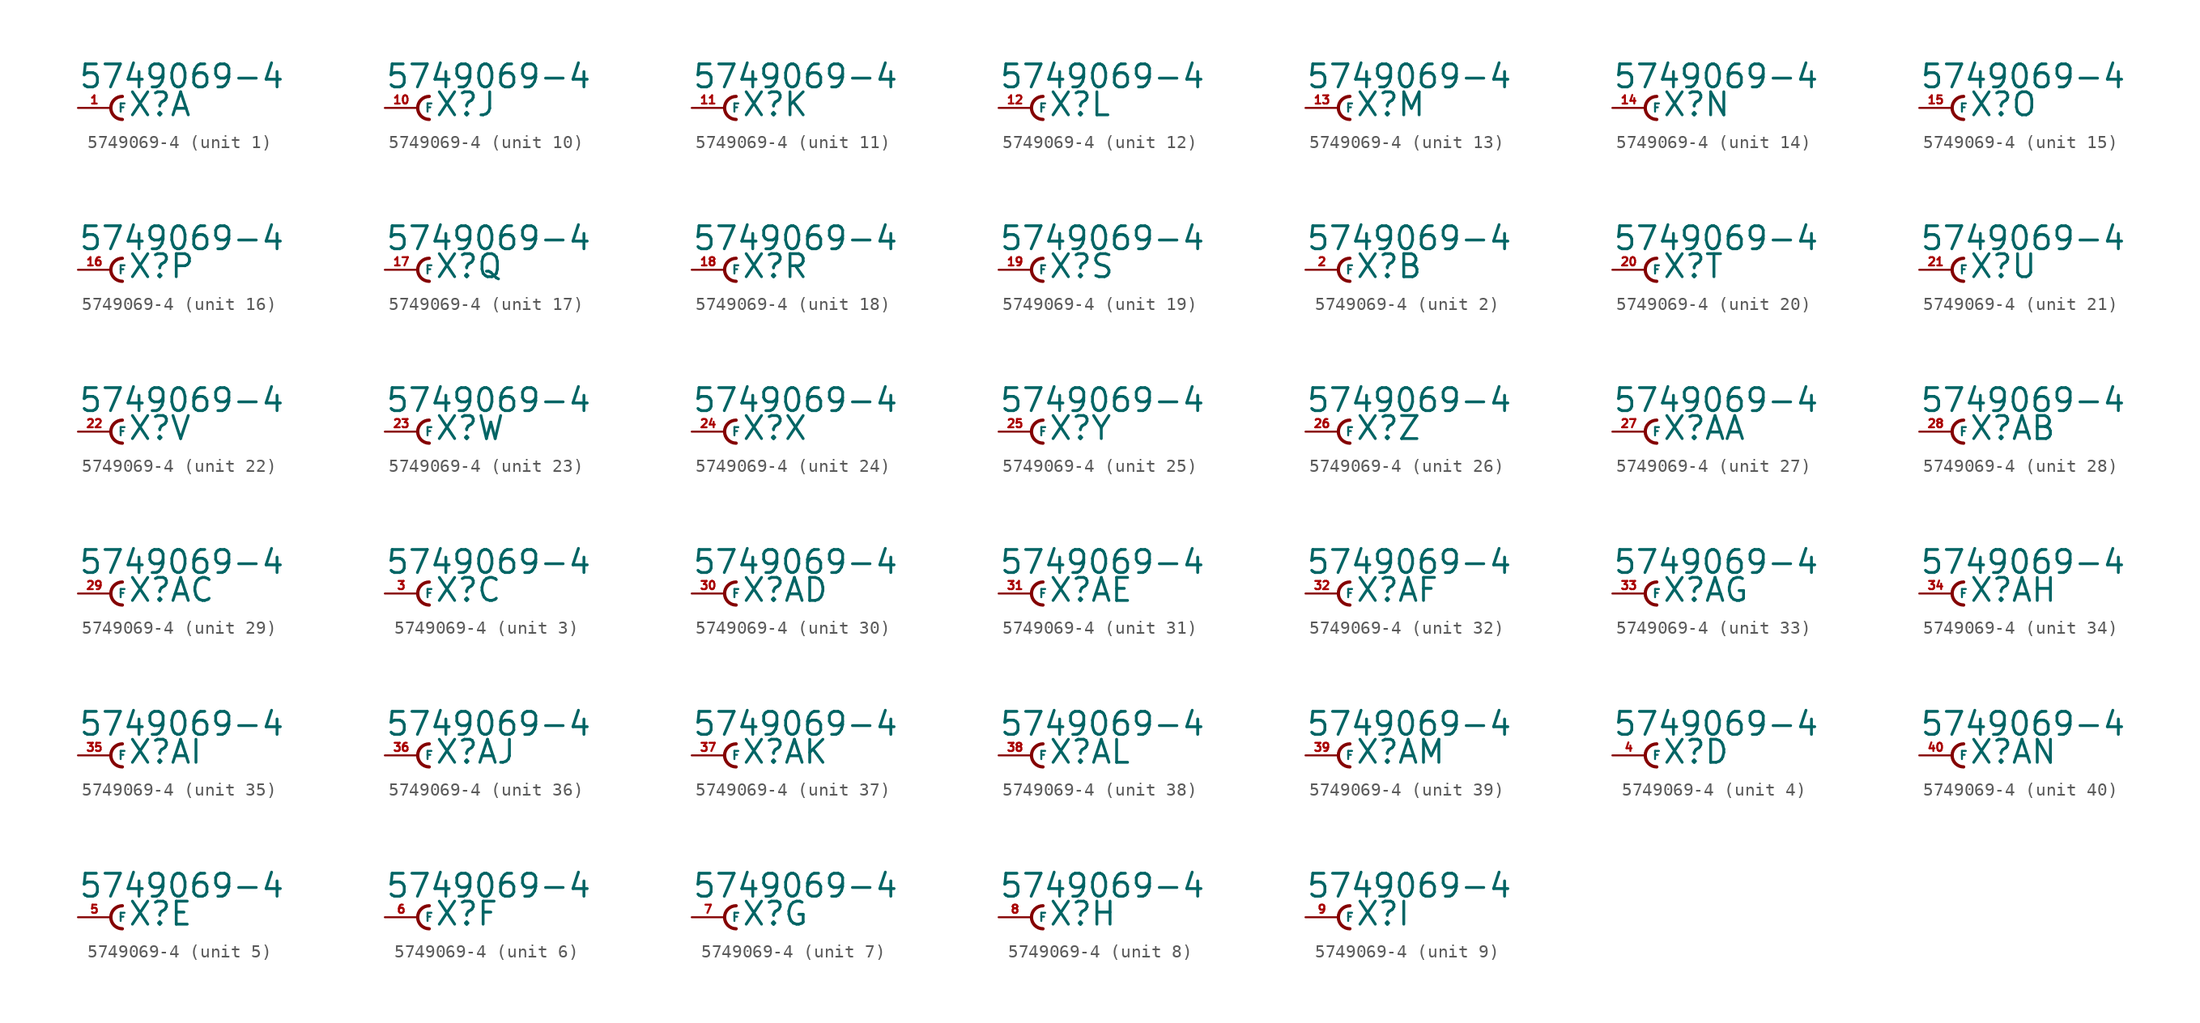
<source format=kicad_sym>
(kicad_symbol_lib
  (version 20220914)
  (generator Eagle2Kicad)
  (symbol "5749069-4"
    (property "Reference" "X"
      (at 1.27 -0.762 0)
      (effects (font (size 1.778 1.778) (thickness 0.22)) (justify left bottom)))
    (property "Value" "5749069-4"
      (at -2.54 1.397 0)
      (effects (font (size 1.778 1.778) (thickness 0.22)) (justify left bottom)))
    (symbol "5749069-4_1_0"
      (arc (start 0.889 0.889) (mid 0.000 0.000) (end 0.889 -0.889) (stroke (width 0.254) (type default)) (fill (type none)))
      (pin passive line (at -2.54 0 0) (length 2.54) (name "F" (effects (font (size 0.635 0.635) (thickness 0.08)) (justify left bottom))) (number "1" (effects (font (size 0.635 0.635) (thickness 0.08)) (justify left bottom)))))
    (symbol "5749069-4_2_0"
      (arc (start 0.889 0.889) (mid 0.000 0.000) (end 0.889 -0.889) (stroke (width 0.254) (type default)) (fill (type none)))
      (pin passive line (at -2.54 0 0) (length 2.54) (name "F" (effects (font (size 0.635 0.635) (thickness 0.08)) (justify left bottom))) (number "2" (effects (font (size 0.635 0.635) (thickness 0.08)) (justify left bottom)))))
    (symbol "5749069-4_3_0"
      (arc (start 0.889 0.889) (mid 0.000 0.000) (end 0.889 -0.889) (stroke (width 0.254) (type default)) (fill (type none)))
      (pin passive line (at -2.54 0 0) (length 2.54) (name "F" (effects (font (size 0.635 0.635) (thickness 0.08)) (justify left bottom))) (number "3" (effects (font (size 0.635 0.635) (thickness 0.08)) (justify left bottom)))))
    (symbol "5749069-4_4_0"
      (arc (start 0.889 0.889) (mid 0.000 0.000) (end 0.889 -0.889) (stroke (width 0.254) (type default)) (fill (type none)))
      (pin passive line (at -2.54 0 0) (length 2.54) (name "F" (effects (font (size 0.635 0.635) (thickness 0.08)) (justify left bottom))) (number "4" (effects (font (size 0.635 0.635) (thickness 0.08)) (justify left bottom)))))
    (symbol "5749069-4_5_0"
      (arc (start 0.889 0.889) (mid 0.000 0.000) (end 0.889 -0.889) (stroke (width 0.254) (type default)) (fill (type none)))
      (pin passive line (at -2.54 0 0) (length 2.54) (name "F" (effects (font (size 0.635 0.635) (thickness 0.08)) (justify left bottom))) (number "5" (effects (font (size 0.635 0.635) (thickness 0.08)) (justify left bottom)))))
    (symbol "5749069-4_6_0"
      (arc (start 0.889 0.889) (mid 0.000 0.000) (end 0.889 -0.889) (stroke (width 0.254) (type default)) (fill (type none)))
      (pin passive line (at -2.54 0 0) (length 2.54) (name "F" (effects (font (size 0.635 0.635) (thickness 0.08)) (justify left bottom))) (number "6" (effects (font (size 0.635 0.635) (thickness 0.08)) (justify left bottom)))))
    (symbol "5749069-4_7_0"
      (arc (start 0.889 0.889) (mid 0.000 0.000) (end 0.889 -0.889) (stroke (width 0.254) (type default)) (fill (type none)))
      (pin passive line (at -2.54 0 0) (length 2.54) (name "F" (effects (font (size 0.635 0.635) (thickness 0.08)) (justify left bottom))) (number "7" (effects (font (size 0.635 0.635) (thickness 0.08)) (justify left bottom)))))
    (symbol "5749069-4_8_0"
      (arc (start 0.889 0.889) (mid 0.000 0.000) (end 0.889 -0.889) (stroke (width 0.254) (type default)) (fill (type none)))
      (pin passive line (at -2.54 0 0) (length 2.54) (name "F" (effects (font (size 0.635 0.635) (thickness 0.08)) (justify left bottom))) (number "8" (effects (font (size 0.635 0.635) (thickness 0.08)) (justify left bottom)))))
    (symbol "5749069-4_9_0"
      (arc (start 0.889 0.889) (mid 0.000 0.000) (end 0.889 -0.889) (stroke (width 0.254) (type default)) (fill (type none)))
      (pin passive line (at -2.54 0 0) (length 2.54) (name "F" (effects (font (size 0.635 0.635) (thickness 0.08)) (justify left bottom))) (number "9" (effects (font (size 0.635 0.635) (thickness 0.08)) (justify left bottom)))))
    (symbol "5749069-4_10_0"
      (arc (start 0.889 0.889) (mid 0.000 0.000) (end 0.889 -0.889) (stroke (width 0.254) (type default)) (fill (type none)))
      (pin passive line (at -2.54 0 0) (length 2.54) (name "F" (effects (font (size 0.635 0.635) (thickness 0.08)) (justify left bottom))) (number "10" (effects (font (size 0.635 0.635) (thickness 0.08)) (justify left bottom)))))
    (symbol "5749069-4_11_0"
      (arc (start 0.889 0.889) (mid 0.000 0.000) (end 0.889 -0.889) (stroke (width 0.254) (type default)) (fill (type none)))
      (pin passive line (at -2.54 0 0) (length 2.54) (name "F" (effects (font (size 0.635 0.635) (thickness 0.08)) (justify left bottom))) (number "11" (effects (font (size 0.635 0.635) (thickness 0.08)) (justify left bottom)))))
    (symbol "5749069-4_12_0"
      (arc (start 0.889 0.889) (mid 0.000 0.000) (end 0.889 -0.889) (stroke (width 0.254) (type default)) (fill (type none)))
      (pin passive line (at -2.54 0 0) (length 2.54) (name "F" (effects (font (size 0.635 0.635) (thickness 0.08)) (justify left bottom))) (number "12" (effects (font (size 0.635 0.635) (thickness 0.08)) (justify left bottom)))))
    (symbol "5749069-4_13_0"
      (arc (start 0.889 0.889) (mid 0.000 0.000) (end 0.889 -0.889) (stroke (width 0.254) (type default)) (fill (type none)))
      (pin passive line (at -2.54 0 0) (length 2.54) (name "F" (effects (font (size 0.635 0.635) (thickness 0.08)) (justify left bottom))) (number "13" (effects (font (size 0.635 0.635) (thickness 0.08)) (justify left bottom)))))
    (symbol "5749069-4_14_0"
      (arc (start 0.889 0.889) (mid 0.000 0.000) (end 0.889 -0.889) (stroke (width 0.254) (type default)) (fill (type none)))
      (pin passive line (at -2.54 0 0) (length 2.54) (name "F" (effects (font (size 0.635 0.635) (thickness 0.08)) (justify left bottom))) (number "14" (effects (font (size 0.635 0.635) (thickness 0.08)) (justify left bottom)))))
    (symbol "5749069-4_15_0"
      (arc (start 0.889 0.889) (mid 0.000 0.000) (end 0.889 -0.889) (stroke (width 0.254) (type default)) (fill (type none)))
      (pin passive line (at -2.54 0 0) (length 2.54) (name "F" (effects (font (size 0.635 0.635) (thickness 0.08)) (justify left bottom))) (number "15" (effects (font (size 0.635 0.635) (thickness 0.08)) (justify left bottom)))))
    (symbol "5749069-4_16_0"
      (arc (start 0.889 0.889) (mid 0.000 0.000) (end 0.889 -0.889) (stroke (width 0.254) (type default)) (fill (type none)))
      (pin passive line (at -2.54 0 0) (length 2.54) (name "F" (effects (font (size 0.635 0.635) (thickness 0.08)) (justify left bottom))) (number "16" (effects (font (size 0.635 0.635) (thickness 0.08)) (justify left bottom)))))
    (symbol "5749069-4_17_0"
      (arc (start 0.889 0.889) (mid 0.000 0.000) (end 0.889 -0.889) (stroke (width 0.254) (type default)) (fill (type none)))
      (pin passive line (at -2.54 0 0) (length 2.54) (name "F" (effects (font (size 0.635 0.635) (thickness 0.08)) (justify left bottom))) (number "17" (effects (font (size 0.635 0.635) (thickness 0.08)) (justify left bottom)))))
    (symbol "5749069-4_18_0"
      (arc (start 0.889 0.889) (mid 0.000 0.000) (end 0.889 -0.889) (stroke (width 0.254) (type default)) (fill (type none)))
      (pin passive line (at -2.54 0 0) (length 2.54) (name "F" (effects (font (size 0.635 0.635) (thickness 0.08)) (justify left bottom))) (number "18" (effects (font (size 0.635 0.635) (thickness 0.08)) (justify left bottom)))))
    (symbol "5749069-4_19_0"
      (arc (start 0.889 0.889) (mid 0.000 0.000) (end 0.889 -0.889) (stroke (width 0.254) (type default)) (fill (type none)))
      (pin passive line (at -2.54 0 0) (length 2.54) (name "F" (effects (font (size 0.635 0.635) (thickness 0.08)) (justify left bottom))) (number "19" (effects (font (size 0.635 0.635) (thickness 0.08)) (justify left bottom)))))
    (symbol "5749069-4_20_0"
      (arc (start 0.889 0.889) (mid 0.000 0.000) (end 0.889 -0.889) (stroke (width 0.254) (type default)) (fill (type none)))
      (pin passive line (at -2.54 0 0) (length 2.54) (name "F" (effects (font (size 0.635 0.635) (thickness 0.08)) (justify left bottom))) (number "20" (effects (font (size 0.635 0.635) (thickness 0.08)) (justify left bottom)))))
    (symbol "5749069-4_21_0"
      (arc (start 0.889 0.889) (mid 0.000 0.000) (end 0.889 -0.889) (stroke (width 0.254) (type default)) (fill (type none)))
      (pin passive line (at -2.54 0 0) (length 2.54) (name "F" (effects (font (size 0.635 0.635) (thickness 0.08)) (justify left bottom))) (number "21" (effects (font (size 0.635 0.635) (thickness 0.08)) (justify left bottom)))))
    (symbol "5749069-4_22_0"
      (arc (start 0.889 0.889) (mid 0.000 0.000) (end 0.889 -0.889) (stroke (width 0.254) (type default)) (fill (type none)))
      (pin passive line (at -2.54 0 0) (length 2.54) (name "F" (effects (font (size 0.635 0.635) (thickness 0.08)) (justify left bottom))) (number "22" (effects (font (size 0.635 0.635) (thickness 0.08)) (justify left bottom)))))
    (symbol "5749069-4_23_0"
      (arc (start 0.889 0.889) (mid 0.000 0.000) (end 0.889 -0.889) (stroke (width 0.254) (type default)) (fill (type none)))
      (pin passive line (at -2.54 0 0) (length 2.54) (name "F" (effects (font (size 0.635 0.635) (thickness 0.08)) (justify left bottom))) (number "23" (effects (font (size 0.635 0.635) (thickness 0.08)) (justify left bottom)))))
    (symbol "5749069-4_24_0"
      (arc (start 0.889 0.889) (mid 0.000 0.000) (end 0.889 -0.889) (stroke (width 0.254) (type default)) (fill (type none)))
      (pin passive line (at -2.54 0 0) (length 2.54) (name "F" (effects (font (size 0.635 0.635) (thickness 0.08)) (justify left bottom))) (number "24" (effects (font (size 0.635 0.635) (thickness 0.08)) (justify left bottom)))))
    (symbol "5749069-4_25_0"
      (arc (start 0.889 0.889) (mid 0.000 0.000) (end 0.889 -0.889) (stroke (width 0.254) (type default)) (fill (type none)))
      (pin passive line (at -2.54 0 0) (length 2.54) (name "F" (effects (font (size 0.635 0.635) (thickness 0.08)) (justify left bottom))) (number "25" (effects (font (size 0.635 0.635) (thickness 0.08)) (justify left bottom)))))
    (symbol "5749069-4_26_0"
      (arc (start 0.889 0.889) (mid 0.000 0.000) (end 0.889 -0.889) (stroke (width 0.254) (type default)) (fill (type none)))
      (pin passive line (at -2.54 0 0) (length 2.54) (name "F" (effects (font (size 0.635 0.635) (thickness 0.08)) (justify left bottom))) (number "26" (effects (font (size 0.635 0.635) (thickness 0.08)) (justify left bottom)))))
    (symbol "5749069-4_27_0"
      (arc (start 0.889 0.889) (mid 0.000 0.000) (end 0.889 -0.889) (stroke (width 0.254) (type default)) (fill (type none)))
      (pin passive line (at -2.54 0 0) (length 2.54) (name "F" (effects (font (size 0.635 0.635) (thickness 0.08)) (justify left bottom))) (number "27" (effects (font (size 0.635 0.635) (thickness 0.08)) (justify left bottom)))))
    (symbol "5749069-4_28_0"
      (arc (start 0.889 0.889) (mid 0.000 0.000) (end 0.889 -0.889) (stroke (width 0.254) (type default)) (fill (type none)))
      (pin passive line (at -2.54 0 0) (length 2.54) (name "F" (effects (font (size 0.635 0.635) (thickness 0.08)) (justify left bottom))) (number "28" (effects (font (size 0.635 0.635) (thickness 0.08)) (justify left bottom)))))
    (symbol "5749069-4_29_0"
      (arc (start 0.889 0.889) (mid 0.000 0.000) (end 0.889 -0.889) (stroke (width 0.254) (type default)) (fill (type none)))
      (pin passive line (at -2.54 0 0) (length 2.54) (name "F" (effects (font (size 0.635 0.635) (thickness 0.08)) (justify left bottom))) (number "29" (effects (font (size 0.635 0.635) (thickness 0.08)) (justify left bottom)))))
    (symbol "5749069-4_30_0"
      (arc (start 0.889 0.889) (mid 0.000 0.000) (end 0.889 -0.889) (stroke (width 0.254) (type default)) (fill (type none)))
      (pin passive line (at -2.54 0 0) (length 2.54) (name "F" (effects (font (size 0.635 0.635) (thickness 0.08)) (justify left bottom))) (number "30" (effects (font (size 0.635 0.635) (thickness 0.08)) (justify left bottom)))))
    (symbol "5749069-4_31_0"
      (arc (start 0.889 0.889) (mid 0.000 0.000) (end 0.889 -0.889) (stroke (width 0.254) (type default)) (fill (type none)))
      (pin passive line (at -2.54 0 0) (length 2.54) (name "F" (effects (font (size 0.635 0.635) (thickness 0.08)) (justify left bottom))) (number "31" (effects (font (size 0.635 0.635) (thickness 0.08)) (justify left bottom)))))
    (symbol "5749069-4_32_0"
      (arc (start 0.889 0.889) (mid 0.000 0.000) (end 0.889 -0.889) (stroke (width 0.254) (type default)) (fill (type none)))
      (pin passive line (at -2.54 0 0) (length 2.54) (name "F" (effects (font (size 0.635 0.635) (thickness 0.08)) (justify left bottom))) (number "32" (effects (font (size 0.635 0.635) (thickness 0.08)) (justify left bottom)))))
    (symbol "5749069-4_33_0"
      (arc (start 0.889 0.889) (mid 0.000 0.000) (end 0.889 -0.889) (stroke (width 0.254) (type default)) (fill (type none)))
      (pin passive line (at -2.54 0 0) (length 2.54) (name "F" (effects (font (size 0.635 0.635) (thickness 0.08)) (justify left bottom))) (number "33" (effects (font (size 0.635 0.635) (thickness 0.08)) (justify left bottom)))))
    (symbol "5749069-4_34_0"
      (arc (start 0.889 0.889) (mid 0.000 0.000) (end 0.889 -0.889) (stroke (width 0.254) (type default)) (fill (type none)))
      (pin passive line (at -2.54 0 0) (length 2.54) (name "F" (effects (font (size 0.635 0.635) (thickness 0.08)) (justify left bottom))) (number "34" (effects (font (size 0.635 0.635) (thickness 0.08)) (justify left bottom)))))
    (symbol "5749069-4_35_0"
      (arc (start 0.889 0.889) (mid 0.000 0.000) (end 0.889 -0.889) (stroke (width 0.254) (type default)) (fill (type none)))
      (pin passive line (at -2.54 0 0) (length 2.54) (name "F" (effects (font (size 0.635 0.635) (thickness 0.08)) (justify left bottom))) (number "35" (effects (font (size 0.635 0.635) (thickness 0.08)) (justify left bottom)))))
    (symbol "5749069-4_36_0"
      (arc (start 0.889 0.889) (mid 0.000 0.000) (end 0.889 -0.889) (stroke (width 0.254) (type default)) (fill (type none)))
      (pin passive line (at -2.54 0 0) (length 2.54) (name "F" (effects (font (size 0.635 0.635) (thickness 0.08)) (justify left bottom))) (number "36" (effects (font (size 0.635 0.635) (thickness 0.08)) (justify left bottom)))))
    (symbol "5749069-4_37_0"
      (arc (start 0.889 0.889) (mid 0.000 0.000) (end 0.889 -0.889) (stroke (width 0.254) (type default)) (fill (type none)))
      (pin passive line (at -2.54 0 0) (length 2.54) (name "F" (effects (font (size 0.635 0.635) (thickness 0.08)) (justify left bottom))) (number "37" (effects (font (size 0.635 0.635) (thickness 0.08)) (justify left bottom)))))
    (symbol "5749069-4_38_0"
      (arc (start 0.889 0.889) (mid 0.000 0.000) (end 0.889 -0.889) (stroke (width 0.254) (type default)) (fill (type none)))
      (pin passive line (at -2.54 0 0) (length 2.54) (name "F" (effects (font (size 0.635 0.635) (thickness 0.08)) (justify left bottom))) (number "38" (effects (font (size 0.635 0.635) (thickness 0.08)) (justify left bottom)))))
    (symbol "5749069-4_39_0"
      (arc (start 0.889 0.889) (mid 0.000 0.000) (end 0.889 -0.889) (stroke (width 0.254) (type default)) (fill (type none)))
      (pin passive line (at -2.54 0 0) (length 2.54) (name "F" (effects (font (size 0.635 0.635) (thickness 0.08)) (justify left bottom))) (number "39" (effects (font (size 0.635 0.635) (thickness 0.08)) (justify left bottom)))))
    (symbol "5749069-4_40_0"
      (arc (start 0.889 0.889) (mid 0.000 0.000) (end 0.889 -0.889) (stroke (width 0.254) (type default)) (fill (type none)))
      (pin passive line (at -2.54 0 0) (length 2.54) (name "F" (effects (font (size 0.635 0.635) (thickness 0.08)) (justify left bottom))) (number "40" (effects (font (size 0.635 0.635) (thickness 0.08)) (justify left bottom)))))))
</source>
